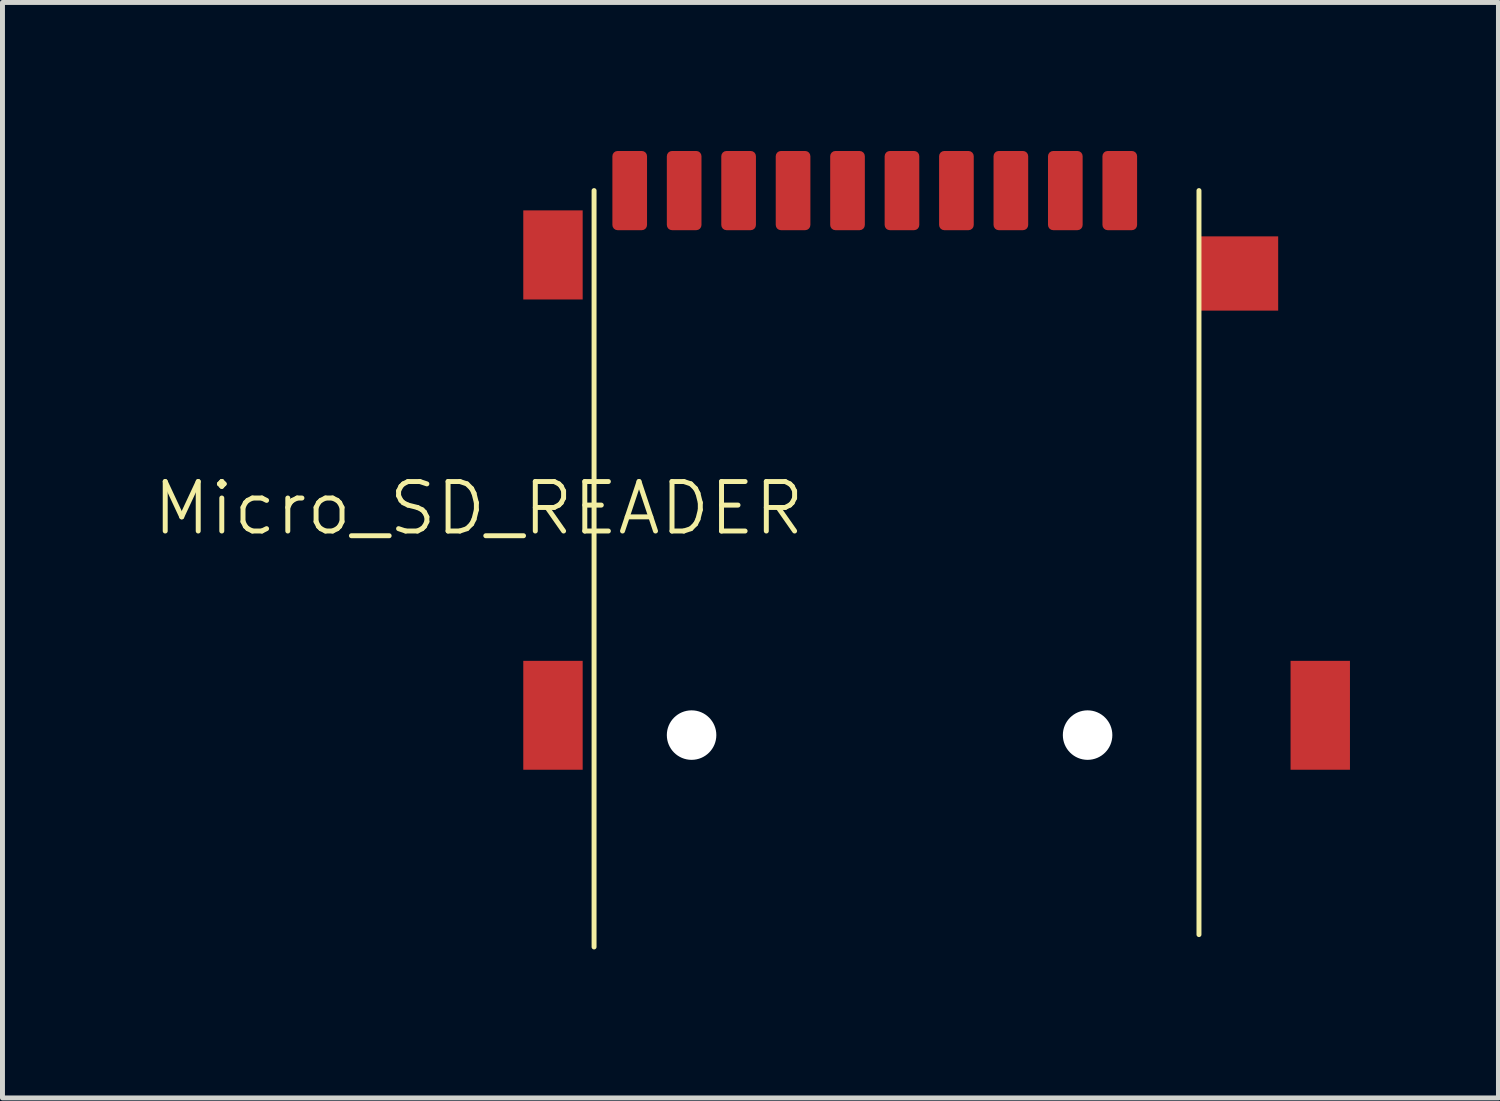
<source format=kicad_pcb>
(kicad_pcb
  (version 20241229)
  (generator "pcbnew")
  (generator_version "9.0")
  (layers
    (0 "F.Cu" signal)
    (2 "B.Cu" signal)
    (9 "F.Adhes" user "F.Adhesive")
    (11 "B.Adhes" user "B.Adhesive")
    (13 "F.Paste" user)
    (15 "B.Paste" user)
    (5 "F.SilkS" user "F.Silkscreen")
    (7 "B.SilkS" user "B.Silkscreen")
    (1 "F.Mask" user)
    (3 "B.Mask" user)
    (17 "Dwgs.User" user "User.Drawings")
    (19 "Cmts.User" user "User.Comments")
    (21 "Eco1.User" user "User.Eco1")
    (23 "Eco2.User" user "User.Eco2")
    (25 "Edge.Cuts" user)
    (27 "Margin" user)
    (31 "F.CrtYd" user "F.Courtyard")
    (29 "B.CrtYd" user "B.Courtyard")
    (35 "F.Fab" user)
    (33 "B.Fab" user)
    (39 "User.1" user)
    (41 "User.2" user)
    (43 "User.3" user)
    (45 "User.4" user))
  (footprint "Micro_SD_READER"
    (layer "F.Cu")
    (at 13.671 0.8)
    (property "Reference" "Micro_SD_READER" (at -7.05 6.42 0) (unlocked yes) (layer "F.SilkS") (effects (font (size 1 1) (thickness 0.1))))
    (attr smd)
    (fp_line (start -4.72 0) (end -4.72 15.28) (stroke (width 0.1) (type default)) (layer "F.SilkS"))
    (fp_line (start 7.5 15.03) (end 7.5 0) (stroke (width 0.1) (type default)) (layer "F.SilkS"))
    (pad "" smd rect (at -5.55 1.3 180) (size 1.2 1.8) (layers "F.Cu" "F.Mask" "F.Paste"))
    (pad "" smd rect (at -5.55 10.6 90) (size 2.2 1.2) (layers "F.Cu" "F.Mask" "F.Paste"))
    (pad "" smd roundrect (at -4 0 180) (size 0.7 1.6) (layers "F.Cu" "F.Mask" "F.Paste") (roundrect_rratio 0.15))
    (pad "" np_thru_hole circle (at -2.75 11 180) (size 1 1) (drill 1) (layers "*.Cu" "*.Mask"))
    (pad "" np_thru_hole circle (at 5.25 11 180) (size 1 1) (drill 1) (layers "*.Cu" "*.Mask"))
    (pad "" smd rect (at 8.3 1.675 180) (size 1.6 1.5) (layers "F.Cu" "F.Mask" "F.Paste"))
    (pad "" smd rect (at 9.95 10.6 90) (size 2.2 1.2) (layers "F.Cu" "F.Mask" "F.Paste"))
    (pad "0" smd roundrect (at 5.9 0 180) (size 0.7 1.6) (layers "F.Cu" "F.Mask" "F.Paste") (roundrect_rratio 0.15))
    (pad "1" smd roundrect (at 4.8 0 180) (size 0.7 1.6) (layers "F.Cu" "F.Mask" "F.Paste") (roundrect_rratio 0.15))
    (pad "2" smd roundrect (at 3.7 0 180) (size 0.7 1.6) (layers "F.Cu" "F.Mask" "F.Paste") (roundrect_rratio 0.15))
    (pad "3" smd roundrect (at 2.6 0 180) (size 0.7 1.6) (layers "F.Cu" "F.Mask" "F.Paste") (roundrect_rratio 0.15))
    (pad "4" smd roundrect (at 1.5 0 180) (size 0.7 1.6) (layers "F.Cu" "F.Mask" "F.Paste") (roundrect_rratio 0.15))
    (pad "5" smd roundrect (at 0.4 0 180) (size 0.7 1.6) (layers "F.Cu" "F.Mask" "F.Paste") (roundrect_rratio 0.15))
    (pad "6" smd roundrect (at -0.7 0 180) (size 0.7 1.6) (layers "F.Cu" "F.Mask" "F.Paste") (roundrect_rratio 0.15))
    (pad "7" smd roundrect (at -1.8 0 180) (size 0.7 1.6) (layers "F.Cu" "F.Mask" "F.Paste") (roundrect_rratio 0.15))
    (pad "8" smd roundrect (at -2.9 0 180) (size 0.7 1.6) (layers "F.Cu" "F.Mask" "F.Paste") (roundrect_rratio 0.15)))
  (gr_rect
    (start -3 -3)
    (end 27.221 19.13)
    (stroke (width 0.1) (type default))
    (fill no)
    (layer "Edge.Cuts")))
</source>
